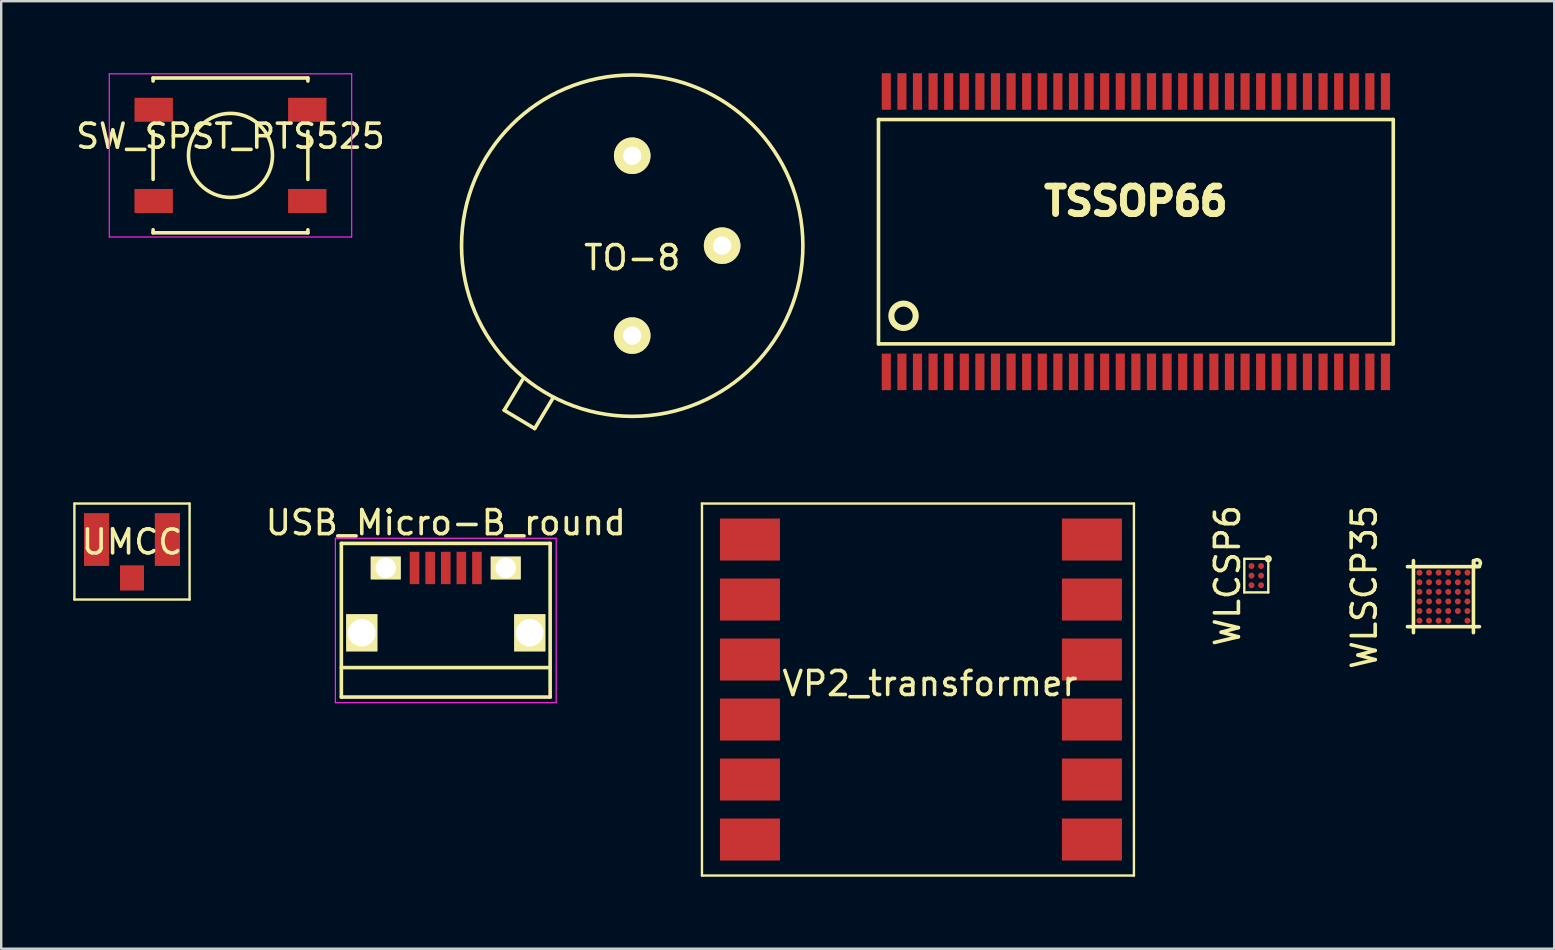
<source format=kicad_pcb>
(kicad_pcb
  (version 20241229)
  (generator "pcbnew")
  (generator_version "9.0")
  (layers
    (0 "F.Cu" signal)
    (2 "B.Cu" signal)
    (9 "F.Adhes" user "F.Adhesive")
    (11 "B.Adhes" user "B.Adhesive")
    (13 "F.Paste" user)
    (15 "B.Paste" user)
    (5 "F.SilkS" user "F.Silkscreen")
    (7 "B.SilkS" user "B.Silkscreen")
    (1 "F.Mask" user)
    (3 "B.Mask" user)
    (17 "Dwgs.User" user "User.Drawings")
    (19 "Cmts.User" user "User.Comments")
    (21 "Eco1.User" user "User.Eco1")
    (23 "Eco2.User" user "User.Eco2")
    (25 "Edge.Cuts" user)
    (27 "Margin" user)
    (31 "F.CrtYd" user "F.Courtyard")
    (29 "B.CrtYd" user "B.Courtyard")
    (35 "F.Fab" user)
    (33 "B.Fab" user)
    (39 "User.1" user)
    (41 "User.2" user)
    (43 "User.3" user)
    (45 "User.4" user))
  (footprint "USB_Micro-B_round"
    (layer "F.Cu")
    (at 15.525 22.18)
    (property "Reference" "USB_Micro-B_round" (at 0 -3.45 0) (layer "F.SilkS") (effects (font (size 1 1) (thickness 0.15))))
    (attr smd)
    (fp_line (start -4.351 -2.588) (end 4.349 -2.588) (stroke (width 0.15) (type solid)) (layer "F.SilkS"))
    (fp_line (start -4.351 3.817) (end -4.351 -2.588) (stroke (width 0.15) (type solid)) (layer "F.SilkS"))
    (fp_line (start -4.351 3.817) (end 4.349 3.817) (stroke (width 0.15) (type solid)) (layer "F.SilkS"))
    (fp_line (start 4.349 -2.588) (end 4.349 3.817) (stroke (width 0.15) (type solid)) (layer "F.SilkS"))
    (fp_line (start 4.349 2.587) (end -4.351 2.587) (stroke (width 0.15) (type solid)) (layer "F.SilkS"))
    (fp_line (start -4.6 -2.8) (end 4.6 -2.8) (stroke (width 0.05) (type solid)) (layer "F.CrtYd"))
    (fp_line (start -4.6 4.05) (end -4.6 -2.8) (stroke (width 0.05) (type solid)) (layer "F.CrtYd"))
    (fp_line (start 4.6 -2.8) (end 4.6 4.05) (stroke (width 0.05) (type solid)) (layer "F.CrtYd"))
    (fp_line (start 4.6 4.05) (end -4.6 4.05) (stroke (width 0.05) (type solid)) (layer "F.CrtYd"))
    (pad "1" smd rect (at -1.301 -1.563 90) (size 1.35 0.4) (layers "F.Cu" "F.Mask" "F.Paste"))
    (pad "2" smd rect (at -0.651 -1.563 90) (size 1.35 0.4) (layers "F.Cu" "F.Mask" "F.Paste"))
    (pad "3" smd rect (at -0.001 -1.563 90) (size 1.35 0.4) (layers "F.Cu" "F.Mask" "F.Paste"))
    (pad "4" smd rect (at 0.649 -1.563 90) (size 1.35 0.4) (layers "F.Cu" "F.Mask" "F.Paste"))
    (pad "5" smd rect (at 1.299 -1.563 90) (size 1.35 0.4) (layers "F.Cu" "F.Mask" "F.Paste"))
    (pad "6" thru_hole rect (at -3.501 1.137 90) (size 1.55 1.3) (drill 1.15) (layers "*.Cu" "*.Mask" "F.SilkS"))
    (pad "6" thru_hole rect (at -2.501 -1.563 90) (size 0.95 1.25) (drill oval 0.85) (layers "*.Cu" "*.Mask" "F.SilkS"))
    (pad "6" thru_hole rect (at 2.499 -1.563 90) (size 0.95 1.25) (drill 0.85) (layers "*.Cu" "*.Mask" "F.SilkS"))
    (pad "6" thru_hole rect (at 3.499 1.137 90) (size 1.55 1.3) (drill 1.15) (layers "*.Cu" "*.Mask" "F.SilkS")))
  (footprint "UMCC"
    (layer "F.Cu")
    (at 2.45 19.532)
    (property "Reference" "UMCC" (at 0 0 0) (layer "F.SilkS") (effects (font (size 1 1) (thickness 0.15))))
    (attr through_hole)
    (fp_line (start -2.4 -1.6) (end -2.4 2.4) (stroke (width 0.1) (type solid)) (layer "F.SilkS"))
    (fp_line (start 2.4 -1.6) (end -2.4 -1.6) (stroke (width 0.1) (type solid)) (layer "F.SilkS"))
    (fp_line (start 2.4 2.4) (end -2.4 2.4) (stroke (width 0.1) (type solid)) (layer "F.SilkS"))
    (fp_line (start 2.4 2.4) (end 2.4 -1.6) (stroke (width 0.1) (type solid)) (layer "F.SilkS"))
    (pad "1" smd rect (at 0 1.5) (size 1 1.05) (layers "F.Cu" "F.Mask" "F.Paste"))
    (pad "2" smd rect (at -1.475 -0.1) (size 1.05 2.2) (layers "F.Cu" "F.Mask" "F.Paste"))
    (pad "2" smd rect (at 1.475 -0.1) (size 1.05 2.2) (layers "F.Cu" "F.Mask" "F.Paste")))
  (footprint "WLSCP35"
    (layer "F.Cu")
    (at 57.097 21.812)
    (property "Reference" "WLSCP35" (at -3.3 -0.4 90) (layer "F.SilkS") (effects (font (size 1 1) (thickness 0.15))))
    (attr through_hole)
    (fp_line (start -1.5 -1.25) (end 1.5 -1.25) (stroke (width 0.15) (type solid)) (layer "F.SilkS"))
    (fp_line (start -1.25 1.5) (end -1.25 -1.5) (stroke (width 0.15) (type solid)) (layer "F.SilkS"))
    (fp_line (start 1.25 -1.5) (end 1.25 1.5) (stroke (width 0.15) (type solid)) (layer "F.SilkS"))
    (fp_line (start 1.5 1.25) (end -1.5 1.25) (stroke (width 0.15) (type solid)) (layer "F.SilkS"))
    (fp_circle (center 1.4 -1.4) (end 1.3 -1.3) (stroke (width 0.15) (type solid)) (fill no) (layer "F.SilkS"))
    (pad "A1" smd circle (at 1 -1) (size 0.25 0.25) (layers "F.Cu" "F.Mask" "F.Paste"))
    (pad "A2" smd circle (at 1 -0.6) (size 0.25 0.25) (layers "F.Cu" "F.Mask" "F.Paste"))
    (pad "A3" smd circle (at 1 -0.2) (size 0.25 0.25) (layers "F.Cu" "F.Mask" "F.Paste"))
    (pad "A4" smd circle (at 1 0.2) (size 0.25 0.25) (layers "F.Cu" "F.Mask" "F.Paste"))
    (pad "A5" smd circle (at 1 0.6) (size 0.25 0.25) (layers "F.Cu" "F.Mask" "F.Paste"))
    (pad "A6" smd circle (at 1 1) (size 0.25 0.25) (layers "F.Cu" "F.Mask" "F.Paste"))
    (pad "B1" smd circle (at 0.6 -1) (size 0.25 0.25) (layers "F.Cu" "F.Mask" "F.Paste"))
    (pad "B2" smd circle (at 0.6 -0.6) (size 0.25 0.25) (layers "F.Cu" "F.Mask" "F.Paste"))
    (pad "B3" smd circle (at 0.6 -0.2) (size 0.25 0.25) (layers "F.Cu" "F.Mask" "F.Paste"))
    (pad "B4" smd circle (at 0.6 0.2) (size 0.25 0.25) (layers "F.Cu" "F.Mask" "F.Paste"))
    (pad "B5" smd circle (at 0.6 0.6) (size 0.25 0.25) (layers "F.Cu" "F.Mask" "F.Paste"))
    (pad "C1" smd circle (at 0.2 -1) (size 0.25 0.25) (layers "F.Cu" "F.Mask" "F.Paste"))
    (pad "C2" smd circle (at 0.2 -0.6) (size 0.25 0.25) (layers "F.Cu" "F.Mask" "F.Paste"))
    (pad "C3" smd circle (at 0.2 -0.2) (size 0.25 0.25) (layers "F.Cu" "F.Mask" "F.Paste"))
    (pad "C4" smd circle (at 0.2 0.2) (size 0.25 0.25) (layers "F.Cu" "F.Mask" "F.Paste"))
    (pad "C5" smd circle (at 0.2 0.6) (size 0.25 0.25) (layers "F.Cu" "F.Mask" "F.Paste"))
    (pad "C6" smd circle (at 0.2 1) (size 0.25 0.25) (layers "F.Cu" "F.Mask" "F.Paste"))
    (pad "D1" smd circle (at -0.2 -1) (size 0.25 0.25) (layers "F.Cu" "F.Mask" "F.Paste"))
    (pad "D2" smd circle (at -0.2 -0.6) (size 0.25 0.25) (layers "F.Cu" "F.Mask" "F.Paste"))
    (pad "D3" smd circle (at -0.2 -0.2) (size 0.25 0.25) (layers "F.Cu" "F.Mask" "F.Paste"))
    (pad "D4" smd circle (at -0.2 0.2) (size 0.25 0.25) (layers "F.Cu" "F.Mask" "F.Paste"))
    (pad "D5" smd circle (at -0.2 0.6) (size 0.25 0.25) (layers "F.Cu" "F.Mask" "F.Paste"))
    (pad "D6" smd circle (at -0.2 1) (size 0.25 0.25) (layers "F.Cu" "F.Mask" "F.Paste"))
    (pad "E1" smd circle (at -0.6 -1) (size 0.25 0.25) (layers "F.Cu" "F.Mask" "F.Paste"))
    (pad "E2" smd circle (at -0.6 -0.6) (size 0.25 0.25) (layers "F.Cu" "F.Mask" "F.Paste"))
    (pad "E3" smd circle (at -0.6 -0.2) (size 0.25 0.25) (layers "F.Cu" "F.Mask" "F.Paste"))
    (pad "E4" smd circle (at -0.6 0.2) (size 0.25 0.25) (layers "F.Cu" "F.Mask" "F.Paste"))
    (pad "E5" smd circle (at -0.6 0.6) (size 0.25 0.25) (layers "F.Cu" "F.Mask" "F.Paste"))
    (pad "E6" smd circle (at -0.6 1) (size 0.25 0.25) (layers "F.Cu" "F.Mask" "F.Paste"))
    (pad "F1" smd circle (at -1 -1) (size 0.25 0.25) (layers "F.Cu" "F.Mask" "F.Paste"))
    (pad "F2" smd circle (at -1 -0.6) (size 0.25 0.25) (layers "F.Cu" "F.Mask" "F.Paste"))
    (pad "F3" smd circle (at -1 -0.2) (size 0.25 0.25) (layers "F.Cu" "F.Mask" "F.Paste"))
    (pad "F4" smd circle (at -1 0.2) (size 0.25 0.25) (layers "F.Cu" "F.Mask" "F.Paste"))
    (pad "F5" smd circle (at -1 0.6) (size 0.25 0.25) (layers "F.Cu" "F.Mask" "F.Paste"))
    (pad "F6" smd circle (at -1 1) (size 0.25 0.25) (layers "F.Cu" "F.Mask" "F.Paste")))
  (footprint "VP2_transformer"
    (layer "F.Cu")
    (at 35.2 25.432)
    (property "Reference" "VP2_transformer" (at 0.5 0 0) (layer "F.SilkS") (effects (font (size 1 1) (thickness 0.15))))
    (attr through_hole)
    (fp_line (start -9 -7.5) (end 9 -7.5) (stroke (width 0.1) (type solid)) (layer "F.SilkS"))
    (fp_line (start -9 8) (end -9 -7.5) (stroke (width 0.1) (type solid)) (layer "F.SilkS"))
    (fp_line (start 9 -7.5) (end 9 8) (stroke (width 0.1) (type solid)) (layer "F.SilkS"))
    (fp_line (start 9 8) (end -9 8) (stroke (width 0.1) (type solid)) (layer "F.SilkS"))
    (pad "1" smd rect (at -7 -6) (size 2.5 1.75) (layers "F.Cu" "F.Mask" "F.Paste"))
    (pad "2" smd rect (at -7 -3.5) (size 2.5 1.75) (layers "F.Cu" "F.Mask" "F.Paste"))
    (pad "3" smd rect (at -7 -1) (size 2.5 1.75) (layers "F.Cu" "F.Mask" "F.Paste"))
    (pad "4" smd rect (at -7 1.5) (size 2.5 1.75) (layers "F.Cu" "F.Mask" "F.Paste"))
    (pad "5" smd rect (at -7 4) (size 2.5 1.75) (layers "F.Cu" "F.Mask" "F.Paste"))
    (pad "6" smd rect (at -7 6.5) (size 2.5 1.75) (layers "F.Cu" "F.Mask" "F.Paste"))
    (pad "7" smd rect (at 7.25 6.5) (size 2.5 1.75) (layers "F.Cu" "F.Mask" "F.Paste"))
    (pad "8" smd rect (at 7.25 4) (size 2.5 1.75) (layers "F.Cu" "F.Mask" "F.Paste"))
    (pad "9" smd rect (at 7.25 1.5) (size 2.5 1.75) (layers "F.Cu" "F.Mask" "F.Paste"))
    (pad "10" smd rect (at 7.25 -1) (size 2.5 1.75) (layers "F.Cu" "F.Mask" "F.Paste"))
    (pad "11" smd rect (at 7.25 -3.5) (size 2.5 1.75) (layers "F.Cu" "F.Mask" "F.Paste"))
    (pad "12" smd rect (at 7.25 -6) (size 2.5 1.75) (layers "F.Cu" "F.Mask" "F.Paste")))
  (footprint "SW_SPST_PTS525"
    (layer "F.Cu")
    (at 6.554 3.425)
    (property "Reference" "SW_SPST_PTS525" (at 0 -0.8 0) (layer "F.SilkS") (effects (font (size 1 1) (thickness 0.15))))
    (attr through_hole)
    (fp_line (start -3.225 -3.225) (end 3.225 -3.225) (stroke (width 0.15) (type solid)) (layer "F.SilkS"))
    (fp_line (start -3.225 -3.1) (end -3.225 -3.225) (stroke (width 0.15) (type solid)) (layer "F.SilkS"))
    (fp_line (start -3.225 -1) (end -3.225 1) (stroke (width 0.15) (type solid)) (layer "F.SilkS"))
    (fp_line (start -3.225 3.225) (end -3.225 3.1) (stroke (width 0.15) (type solid)) (layer "F.SilkS"))
    (fp_line (start -3.225 3.225) (end 3.225 3.225) (stroke (width 0.15) (type solid)) (layer "F.SilkS"))
    (fp_line (start 3.225 -3.225) (end 3.225 -3.1) (stroke (width 0.15) (type solid)) (layer "F.SilkS"))
    (fp_line (start 3.225 -1) (end 3.225 1) (stroke (width 0.15) (type solid)) (layer "F.SilkS"))
    (fp_line (start 3.225 3.225) (end 3.225 3.1) (stroke (width 0.15) (type solid)) (layer "F.SilkS"))
    (fp_circle (center 0 0) (end 1.75 -0.05) (stroke (width 0.15) (type solid)) (fill no) (layer "F.SilkS"))
    (fp_line (start -5.05 -3.4) (end -5.05 3.4) (stroke (width 0.05) (type solid)) (layer "F.CrtYd"))
    (fp_line (start -5.05 -3.4) (end 5.05 -3.4) (stroke (width 0.05) (type solid)) (layer "F.CrtYd"))
    (fp_line (start -5.05 3.4) (end 5.05 3.4) (stroke (width 0.05) (type solid)) (layer "F.CrtYd"))
    (fp_line (start 5.05 3.4) (end 5.05 -3.4) (stroke (width 0.05) (type solid)) (layer "F.CrtYd"))
    (pad "1" smd rect (at -3.2 -1.9) (size 1.6 1) (layers "F.Cu" "F.Mask" "F.Paste"))
    (pad "1" smd rect (at 3.2 -1.9) (size 1.6 1) (layers "F.Cu" "F.Mask" "F.Paste"))
    (pad "2" smd rect (at -3.2 1.9) (size 1.6 1) (layers "F.Cu" "F.Mask" "F.Paste"))
    (pad "2" smd rect (at 3.2 1.9) (size 1.6 1) (layers "F.Cu" "F.Mask" "F.Paste")))
  (footprint "TO-8"
    (layer "F.Cu")
    (at 23.294 7.187)
    (property "Reference" "TO-8" (at 0 0.5 0) (layer "F.SilkS") (effects (font (size 1 1) (thickness 0.15))))
    (attr through_hole)
    (fp_line (start -5.334 6.858) (end -4.064 7.62) (stroke (width 0.15) (type solid)) (layer "F.SilkS"))
    (fp_line (start -4.572 5.588) (end -5.334 6.858) (stroke (width 0.15) (type solid)) (layer "F.SilkS"))
    (fp_line (start -3.302 6.35) (end -4.064 7.62) (stroke (width 0.15) (type solid)) (layer "F.SilkS"))
    (fp_circle (center 0 0) (end 0 7.112) (stroke (width 0.15) (type solid)) (fill no) (layer "F.SilkS"))
    (pad "1" thru_hole circle (at 0 3.747) (size 1.524 1.524) (drill 0.762) (layers "*.Cu" "*.Mask" "F.SilkS"))
    (pad "2" thru_hole circle (at 3.747 0) (size 1.524 1.524) (drill 0.762) (layers "*.Cu" "*.Mask" "F.SilkS"))
    (pad "3" thru_hole circle (at 0 -3.747) (size 1.524 1.524) (drill 0.762) (layers "*.Cu" "*.Mask" "F.SilkS")))
  (footprint "TSSOP66"
    (layer "F.Cu")
    (at 44.281 6.604)
    (property "Reference" "TSSOP66" (at 0 -1.27 0) (layer "F.SilkS") (effects (font (size 1.143 1.143) (thickness 0.286))))
    (attr smd)
    (fp_line (start -10.725 -4.674) (end 10.725 -4.674) (stroke (width 0.15) (type solid)) (layer "F.SilkS"))
    (fp_line (start -10.725 4.674) (end -10.725 -4.674) (stroke (width 0.15) (type solid)) (layer "F.SilkS"))
    (fp_line (start 10.725 -4.674) (end 10.725 4.674) (stroke (width 0.15) (type solid)) (layer "F.SilkS"))
    (fp_line (start 10.725 4.674) (end -10.725 4.674) (stroke (width 0.15) (type solid)) (layer "F.SilkS"))
    (fp_circle (center -9.682 3.505) (end -9.682 2.997) (stroke (width 0.254) (type solid)) (fill no) (layer "F.SilkS"))
    (pad "1" smd rect (at -10.4 5.842) (size 0.381 1.524) (layers "F.Cu" "F.Mask" "F.Paste"))
    (pad "2" smd rect (at -9.75 5.842) (size 0.381 1.524) (layers "F.Cu" "F.Mask" "F.Paste"))
    (pad "3" smd rect (at -9.1 5.842) (size 0.381 1.524) (layers "F.Cu" "F.Mask" "F.Paste"))
    (pad "4" smd rect (at -8.45 5.842) (size 0.381 1.524) (layers "F.Cu" "F.Mask" "F.Paste"))
    (pad "5" smd rect (at -7.8 5.842) (size 0.381 1.524) (layers "F.Cu" "F.Mask" "F.Paste"))
    (pad "6" smd rect (at -7.15 5.842) (size 0.381 1.524) (layers "F.Cu" "F.Mask" "F.Paste"))
    (pad "7" smd rect (at -6.5 5.842) (size 0.381 1.524) (layers "F.Cu" "F.Mask" "F.Paste"))
    (pad "8" smd rect (at -5.85 5.842) (size 0.381 1.524) (layers "F.Cu" "F.Mask" "F.Paste"))
    (pad "9" smd rect (at -5.2 5.842) (size 0.381 1.524) (layers "F.Cu" "F.Mask" "F.Paste"))
    (pad "10" smd rect (at -4.55 5.842) (size 0.381 1.524) (layers "F.Cu" "F.Mask" "F.Paste"))
    (pad "11" smd rect (at -3.9 5.842) (size 0.381 1.524) (layers "F.Cu" "F.Mask" "F.Paste"))
    (pad "12" smd rect (at -3.25 5.842) (size 0.381 1.524) (layers "F.Cu" "F.Mask" "F.Paste"))
    (pad "13" smd rect (at -2.6 5.842) (size 0.381 1.524) (layers "F.Cu" "F.Mask" "F.Paste"))
    (pad "14" smd rect (at -1.95 5.842) (size 0.381 1.524) (layers "F.Cu" "F.Mask" "F.Paste"))
    (pad "15" smd rect (at -1.3 5.842) (size 0.381 1.524) (layers "F.Cu" "F.Mask" "F.Paste"))
    (pad "16" smd rect (at -0.65 5.842) (size 0.381 1.524) (layers "F.Cu" "F.Mask" "F.Paste"))
    (pad "17" smd rect (at 0 5.842) (size 0.381 1.524) (layers "F.Cu" "F.Mask" "F.Paste"))
    (pad "18" smd rect (at 0.65 5.842) (size 0.381 1.524) (layers "F.Cu" "F.Mask" "F.Paste"))
    (pad "19" smd rect (at 1.3 5.842) (size 0.381 1.524) (layers "F.Cu" "F.Mask" "F.Paste"))
    (pad "20" smd rect (at 1.95 5.842) (size 0.381 1.524) (layers "F.Cu" "F.Mask" "F.Paste"))
    (pad "21" smd rect (at 2.6 5.842) (size 0.381 1.524) (layers "F.Cu" "F.Mask" "F.Paste"))
    (pad "22" smd rect (at 3.25 5.842) (size 0.381 1.524) (layers "F.Cu" "F.Mask" "F.Paste"))
    (pad "23" smd rect (at 3.9 5.842) (size 0.381 1.524) (layers "F.Cu" "F.Mask" "F.Paste"))
    (pad "24" smd rect (at 4.55 5.842) (size 0.381 1.524) (layers "F.Cu" "F.Mask" "F.Paste"))
    (pad "25" smd rect (at 5.2 5.842) (size 0.381 1.524) (layers "F.Cu" "F.Mask" "F.Paste"))
    (pad "26" smd rect (at 5.85 5.842) (size 0.381 1.524) (layers "F.Cu" "F.Mask" "F.Paste"))
    (pad "27" smd rect (at 6.5 5.842) (size 0.381 1.524) (layers "F.Cu" "F.Mask" "F.Paste"))
    (pad "28" smd rect (at 7.15 5.842) (size 0.381 1.524) (layers "F.Cu" "F.Mask" "F.Paste"))
    (pad "29" smd rect (at 7.8 5.842) (size 0.381 1.524) (layers "F.Cu" "F.Mask" "F.Paste"))
    (pad "30" smd rect (at 8.45 5.842) (size 0.381 1.524) (layers "F.Cu" "F.Mask" "F.Paste"))
    (pad "31" smd rect (at 9.1 5.842) (size 0.381 1.524) (layers "F.Cu" "F.Mask" "F.Paste"))
    (pad "32" smd rect (at 9.75 5.842) (size 0.381 1.524) (layers "F.Cu" "F.Mask" "F.Paste"))
    (pad "33" smd rect (at 10.4 5.842) (size 0.381 1.524) (layers "F.Cu" "F.Mask" "F.Paste"))
    (pad "34" smd rect (at 10.4 -5.842) (size 0.381 1.524) (layers "F.Cu" "F.Mask" "F.Paste"))
    (pad "35" smd rect (at 9.75 -5.842) (size 0.381 1.524) (layers "F.Cu" "F.Mask" "F.Paste"))
    (pad "36" smd rect (at 9.1 -5.842) (size 0.381 1.524) (layers "F.Cu" "F.Mask" "F.Paste"))
    (pad "37" smd rect (at 8.45 -5.842) (size 0.381 1.524) (layers "F.Cu" "F.Mask" "F.Paste"))
    (pad "38" smd rect (at 7.8 -5.842) (size 0.381 1.524) (layers "F.Cu" "F.Mask" "F.Paste"))
    (pad "39" smd rect (at 7.15 -5.842) (size 0.381 1.524) (layers "F.Cu" "F.Mask" "F.Paste"))
    (pad "40" smd rect (at 6.5 -5.842) (size 0.381 1.524) (layers "F.Cu" "F.Mask" "F.Paste"))
    (pad "41" smd rect (at 5.85 -5.842) (size 0.381 1.524) (layers "F.Cu" "F.Mask" "F.Paste"))
    (pad "42" smd rect (at 5.2 -5.842) (size 0.381 1.524) (layers "F.Cu" "F.Mask" "F.Paste"))
    (pad "43" smd rect (at 4.55 -5.842) (size 0.381 1.524) (layers "F.Cu" "F.Mask" "F.Paste"))
    (pad "44" smd rect (at 3.9 -5.842) (size 0.381 1.524) (layers "F.Cu" "F.Mask" "F.Paste"))
    (pad "45" smd rect (at 3.25 -5.842) (size 0.381 1.524) (layers "F.Cu" "F.Mask" "F.Paste"))
    (pad "46" smd rect (at 2.6 -5.842) (size 0.381 1.524) (layers "F.Cu" "F.Mask" "F.Paste"))
    (pad "47" smd rect (at 1.95 -5.842) (size 0.381 1.524) (layers "F.Cu" "F.Mask" "F.Paste"))
    (pad "48" smd rect (at 1.3 -5.842) (size 0.381 1.524) (layers "F.Cu" "F.Mask" "F.Paste"))
    (pad "49" smd rect (at 0.65 -5.842) (size 0.381 1.524) (layers "F.Cu" "F.Mask" "F.Paste"))
    (pad "50" smd rect (at 0 -5.842) (size 0.381 1.524) (layers "F.Cu" "F.Mask" "F.Paste"))
    (pad "51" smd rect (at -0.65 -5.842) (size 0.381 1.524) (layers "F.Cu" "F.Mask" "F.Paste"))
    (pad "52" smd rect (at -1.3 -5.842) (size 0.381 1.524) (layers "F.Cu" "F.Mask" "F.Paste"))
    (pad "53" smd rect (at -1.95 -5.842) (size 0.381 1.524) (layers "F.Cu" "F.Mask" "F.Paste"))
    (pad "54" smd rect (at -2.6 -5.842) (size 0.381 1.524) (layers "F.Cu" "F.Mask" "F.Paste"))
    (pad "55" smd rect (at -3.25 -5.842) (size 0.381 1.524) (layers "F.Cu" "F.Mask" "F.Paste"))
    (pad "56" smd rect (at -3.9 -5.842) (size 0.381 1.524) (layers "F.Cu" "F.Mask" "F.Paste"))
    (pad "57" smd rect (at -4.55 -5.842) (size 0.381 1.524) (layers "F.Cu" "F.Mask" "F.Paste"))
    (pad "58" smd rect (at -5.2 -5.842) (size 0.381 1.524) (layers "F.Cu" "F.Mask" "F.Paste"))
    (pad "59" smd rect (at -5.85 -5.842) (size 0.381 1.524) (layers "F.Cu" "F.Mask" "F.Paste"))
    (pad "60" smd rect (at -6.5 -5.842) (size 0.381 1.524) (layers "F.Cu" "F.Mask" "F.Paste"))
    (pad "61" smd rect (at -7.15 -5.842) (size 0.381 1.524) (layers "F.Cu" "F.Mask" "F.Paste"))
    (pad "62" smd rect (at -7.8 -5.842) (size 0.381 1.524) (layers "F.Cu" "F.Mask" "F.Paste"))
    (pad "63" smd rect (at -8.45 -5.842) (size 0.381 1.524) (layers "F.Cu" "F.Mask" "F.Paste"))
    (pad "64" smd rect (at -9.1 -5.842) (size 0.381 1.524) (layers "F.Cu" "F.Mask" "F.Paste"))
    (pad "65" smd rect (at -9.75 -5.842) (size 0.381 1.524) (layers "F.Cu" "F.Mask" "F.Paste"))
    (pad "66" smd rect (at -10.4 -5.842) (size 0.381 1.524) (layers "F.Cu" "F.Mask" "F.Paste")))
  (footprint "WLCSP6"
    (layer "F.Cu")
    (at 49.298 20.936)
    (property "Reference" "WLCSP6" (at -1.2 0 90) (layer "F.SilkS") (effects (font (size 1 1) (thickness 0.15))))
    (attr through_hole)
    (fp_line (start -0.5 -0.7) (end -0.5 0.7) (stroke (width 0.1) (type solid)) (layer "F.SilkS"))
    (fp_line (start -0.5 0.7) (end 0.5 0.7) (stroke (width 0.1) (type solid)) (layer "F.SilkS"))
    (fp_line (start 0.5 -0.7) (end -0.5 -0.7) (stroke (width 0.1) (type solid)) (layer "F.SilkS"))
    (fp_line (start 0.5 0.7) (end 0.5 -0.7) (stroke (width 0.1) (type solid)) (layer "F.SilkS"))
    (fp_circle (center 0.5 -0.7) (end 0.6 -0.7) (stroke (width 0.1) (type solid)) (fill no) (layer "F.SilkS"))
    (pad "A1" smd circle (at 0.2 -0.4) (size 0.25 0.25) (layers "F.Cu" "F.Mask" "F.Paste"))
    (pad "A2" smd circle (at 0.2 0) (size 0.25 0.25) (layers "F.Cu" "F.Mask" "F.Paste"))
    (pad "A3" smd circle (at 0.2 0.4) (size 0.25 0.25) (layers "F.Cu" "F.Mask" "F.Paste"))
    (pad "B1" smd circle (at -0.2 -0.4) (size 0.25 0.25) (layers "F.Cu" "F.Mask" "F.Paste"))
    (pad "B2" smd circle (at -0.2 0) (size 0.25 0.25) (layers "F.Cu" "F.Mask" "F.Paste"))
    (pad "B3" smd circle (at -0.2 0.4) (size 0.25 0.25) (layers "F.Cu" "F.Mask" "F.Paste")))
  (gr_rect
    (start -3 -3)
    (end 61.713 36.482)
    (stroke (width 0.1) (type default))
    (fill no)
    (layer "Edge.Cuts")))
</source>
